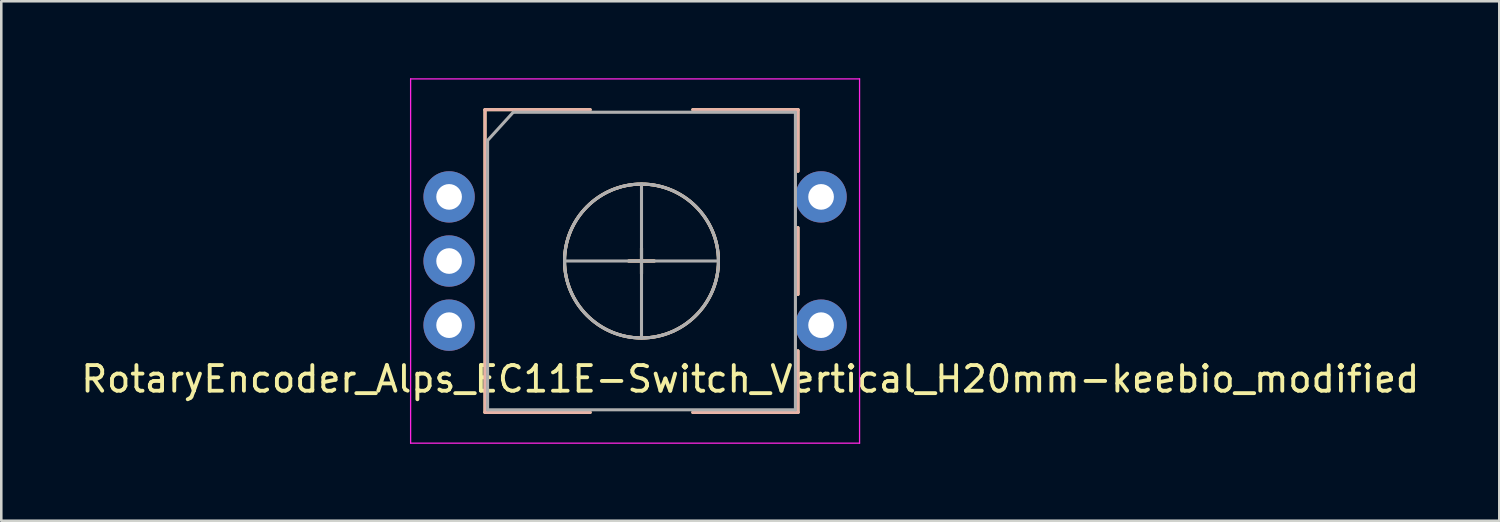
<source format=kicad_pcb>
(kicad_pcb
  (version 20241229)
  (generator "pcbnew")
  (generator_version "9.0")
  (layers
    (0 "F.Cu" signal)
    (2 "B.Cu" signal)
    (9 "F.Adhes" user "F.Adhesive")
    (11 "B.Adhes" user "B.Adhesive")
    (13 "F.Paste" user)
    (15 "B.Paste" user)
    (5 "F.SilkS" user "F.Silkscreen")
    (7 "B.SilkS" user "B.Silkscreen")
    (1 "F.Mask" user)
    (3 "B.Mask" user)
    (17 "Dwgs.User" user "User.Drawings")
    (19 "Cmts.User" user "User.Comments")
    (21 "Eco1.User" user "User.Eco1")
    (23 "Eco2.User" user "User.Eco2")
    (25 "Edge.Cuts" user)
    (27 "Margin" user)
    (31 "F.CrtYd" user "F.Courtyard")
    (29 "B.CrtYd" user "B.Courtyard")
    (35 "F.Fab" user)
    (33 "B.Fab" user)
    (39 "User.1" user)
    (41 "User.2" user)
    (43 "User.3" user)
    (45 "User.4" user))
  (footprint "RotaryEncoder_Alps_EC11E-Switch_Vertical_H20mm-keebio_modified"
    (layer "F.Cu")
    (at 21.956 7.125)
    (property "Reference" "RotaryEncoder_Alps_EC11E-Switch_Vertical_H20mm-keebio_modified" (at 4.24 4.6 0) (layer "F.SilkS") (effects (font (size 1 1) (thickness 0.15))))
    (attr through_hole)
    (fp_line (start -6.1 -5.9) (end -6.1 5.9) (stroke (width 0.12) (type solid)) (layer "F.SilkS"))
    (fp_line (start -2 -5.9) (end -6.1 -5.9) (stroke (width 0.12) (type solid)) (layer "F.SilkS"))
    (fp_line (start -2 5.9) (end -6.1 5.9) (stroke (width 0.12) (type solid)) (layer "F.SilkS"))
    (fp_line (start -0.5 0) (end 0.5 0) (stroke (width 0.12) (type solid)) (layer "F.SilkS"))
    (fp_line (start 0 -0.5) (end 0 0.5) (stroke (width 0.12) (type solid)) (layer "F.SilkS"))
    (fp_line (start 2 -5.9) (end 6.1 -5.9) (stroke (width 0.12) (type solid)) (layer "F.SilkS"))
    (fp_line (start 6.1 -5.9) (end 6.1 -3.5) (stroke (width 0.12) (type solid)) (layer "F.SilkS"))
    (fp_line (start 6.1 -1.3) (end 6.1 1.3) (stroke (width 0.12) (type solid)) (layer "F.SilkS"))
    (fp_line (start 6.1 3.5) (end 6.1 5.9) (stroke (width 0.12) (type solid)) (layer "F.SilkS"))
    (fp_line (start 6.1 5.9) (end 2 5.9) (stroke (width 0.12) (type solid)) (layer "F.SilkS"))
    (fp_circle (center 0 0) (end 3 0) (stroke (width 0.12) (type solid)) (fill no) (layer "F.SilkS"))
    (fp_line (start -6.1 -5.9) (end -6.1 5.9) (stroke (width 0.12) (type solid)) (layer "B.SilkS"))
    (fp_line (start -2 -5.9) (end -6.1 -5.9) (stroke (width 0.12) (type solid)) (layer "B.SilkS"))
    (fp_line (start -2 5.9) (end -6.1 5.9) (stroke (width 0.12) (type solid)) (layer "B.SilkS"))
    (fp_line (start -0.5 0) (end 0.5 0) (stroke (width 0.12) (type solid)) (layer "B.SilkS"))
    (fp_line (start 0 -0.5) (end 0 0.5) (stroke (width 0.12) (type solid)) (layer "B.SilkS"))
    (fp_line (start 2 -5.9) (end 6.1 -5.9) (stroke (width 0.12) (type solid)) (layer "B.SilkS"))
    (fp_line (start 6.1 -5.9) (end 6.1 -3.5) (stroke (width 0.12) (type solid)) (layer "B.SilkS"))
    (fp_line (start 6.1 -1.3) (end 6.1 1.3) (stroke (width 0.12) (type solid)) (layer "B.SilkS"))
    (fp_line (start 6.1 3.5) (end 6.1 5.9) (stroke (width 0.12) (type solid)) (layer "B.SilkS"))
    (fp_line (start 6.1 5.9) (end 2 5.9) (stroke (width 0.12) (type solid)) (layer "B.SilkS"))
    (fp_circle (center 0 0) (end 3 0) (stroke (width 0.12) (type solid)) (fill no) (layer "B.SilkS"))
    (fp_line (start -9 -7.1) (end -9 7.1) (stroke (width 0.05) (type solid)) (layer "F.CrtYd"))
    (fp_line (start -9 -7.1) (end 8.5 -7.1) (stroke (width 0.05) (type solid)) (layer "F.CrtYd"))
    (fp_line (start 8.5 7.1) (end -9 7.1) (stroke (width 0.05) (type solid)) (layer "F.CrtYd"))
    (fp_line (start 8.5 7.1) (end 8.5 -7.1) (stroke (width 0.05) (type solid)) (layer "F.CrtYd"))
    (fp_line (start -6 -4.7) (end -5 -5.8) (stroke (width 0.12) (type solid)) (layer "F.Fab"))
    (fp_line (start -6 5.8) (end -6 -4.7) (stroke (width 0.12) (type solid)) (layer "F.Fab"))
    (fp_line (start -5 -5.8) (end 6 -5.8) (stroke (width 0.12) (type solid)) (layer "F.Fab"))
    (fp_line (start -3 0) (end 3 0) (stroke (width 0.12) (type solid)) (layer "F.Fab"))
    (fp_line (start 0 -3) (end 0 3) (stroke (width 0.12) (type solid)) (layer "F.Fab"))
    (fp_line (start 6 -5.8) (end 6 5.8) (stroke (width 0.12) (type solid)) (layer "F.Fab"))
    (fp_line (start 6 5.8) (end -6 5.8) (stroke (width 0.12) (type solid)) (layer "F.Fab"))
    (fp_circle (center 0 0) (end 3 0) (stroke (width 0.12) (type solid)) (fill no) (layer "F.Fab"))
    (pad "A" thru_hole circle (at -7.5 -2.5) (size 2 2) (drill 1) (layers "*.Cu" "*.Mask"))
    (pad "B" thru_hole circle (at -7.5 2.5) (size 2 2) (drill 1) (layers "*.Cu" "*.Mask"))
    (pad "C" thru_hole circle (at -7.5 0) (size 2 2) (drill 1) (layers "*.Cu" "*.Mask"))
    (pad "S1" thru_hole circle (at 7 2.5) (size 2 2) (drill 1) (layers "*.Cu" "*.Mask"))
    (pad "S2" thru_hole circle (at 7 -2.5) (size 2 2) (drill 1) (layers "*.Cu" "*.Mask")))
  (gr_rect
    (start -3 -3)
    (end 55.393 17.25)
    (stroke (width 0.1) (type default))
    (fill no)
    (layer "Edge.Cuts")))
</source>
